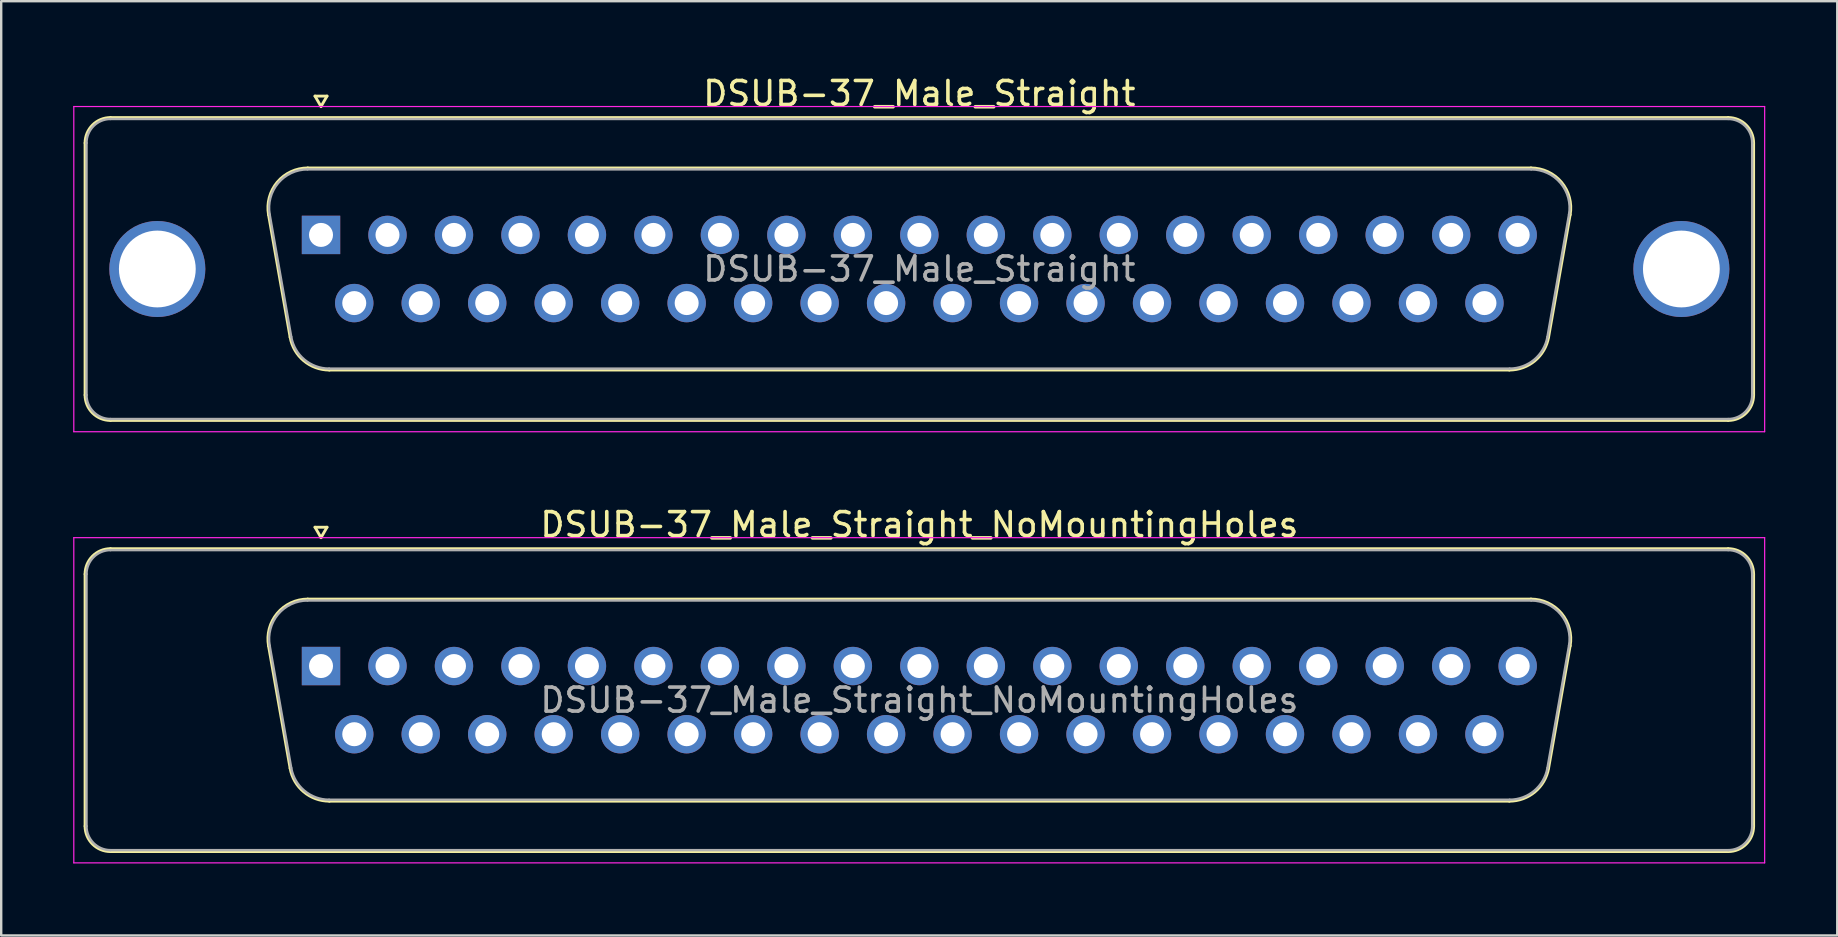
<source format=kicad_pcb>
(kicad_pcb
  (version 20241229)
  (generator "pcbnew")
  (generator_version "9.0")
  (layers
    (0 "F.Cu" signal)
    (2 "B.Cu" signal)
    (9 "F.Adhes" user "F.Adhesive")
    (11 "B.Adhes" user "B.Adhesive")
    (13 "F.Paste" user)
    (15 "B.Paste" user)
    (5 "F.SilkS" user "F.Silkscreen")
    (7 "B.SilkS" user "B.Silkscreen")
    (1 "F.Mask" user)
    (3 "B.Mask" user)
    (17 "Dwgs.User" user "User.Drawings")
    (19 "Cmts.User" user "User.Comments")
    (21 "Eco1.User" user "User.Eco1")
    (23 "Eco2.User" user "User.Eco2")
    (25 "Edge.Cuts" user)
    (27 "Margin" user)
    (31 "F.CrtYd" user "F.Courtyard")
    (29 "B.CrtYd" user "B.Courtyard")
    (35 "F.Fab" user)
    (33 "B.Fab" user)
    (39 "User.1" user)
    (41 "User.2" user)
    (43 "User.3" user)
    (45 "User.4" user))
  (footprint "DSUB-37_Male_Straight"
    (layer "F.Cu")
    (at 10.325 6.738)
    (property "Reference" "DSUB-37_Male_Straight" (at 24.93 -5.89 0) (layer "F.SilkS") (effects (font (size 1 1) (thickness 0.15))))
    (attr through_hole)
    (fp_line (start -9.83 6.67) (end -9.83 -3.83) (stroke (width 0.12) (type solid)) (layer "F.SilkS"))
    (fp_line (start -8.77 -4.89) (end 58.63 -4.89) (stroke (width 0.12) (type solid)) (layer "F.SilkS"))
    (fp_line (start -2.186 -0.842) (end -1.287 4.258) (stroke (width 0.12) (type solid)) (layer "F.SilkS"))
    (fp_line (start -0.552 -2.79) (end 50.412 -2.79) (stroke (width 0.12) (type solid)) (layer "F.SilkS"))
    (fp_line (start -0.25 -5.784) (end 0.25 -5.784) (stroke (width 0.12) (type solid)) (layer "F.SilkS"))
    (fp_line (start 0 -5.351) (end -0.25 -5.784) (stroke (width 0.12) (type solid)) (layer "F.SilkS"))
    (fp_line (start 0.25 -5.784) (end 0 -5.351) (stroke (width 0.12) (type solid)) (layer "F.SilkS"))
    (fp_line (start 0.348 5.63) (end 49.512 5.63) (stroke (width 0.12) (type solid)) (layer "F.SilkS"))
    (fp_line (start 52.046 -0.842) (end 51.147 4.258) (stroke (width 0.12) (type solid)) (layer "F.SilkS"))
    (fp_line (start 58.63 7.73) (end -8.77 7.73) (stroke (width 0.12) (type solid)) (layer "F.SilkS"))
    (fp_line (start 59.69 -3.83) (end 59.69 6.67) (stroke (width 0.12) (type solid)) (layer "F.SilkS"))
    (fp_arc (start -9.83 -3.83) (mid -9.519533 -4.579533) (end -8.77 -4.89) (stroke (width 0.12) (type solid)) (layer "F.SilkS"))
    (fp_arc (start -8.77 7.73) (mid -9.519533 7.419533) (end -9.83 6.67) (stroke (width 0.12) (type solid)) (layer "F.SilkS"))
    (fp_arc (start -2.18647 -0.841744) (mid -1.823323 -2.197028) (end -0.551689 -2.79) (stroke (width 0.12) (type solid)) (layer "F.SilkS"))
    (fp_arc (start 0.347579 5.63) (mid -0.719448 5.241634) (end -1.287202 4.258256) (stroke (width 0.12) (type solid)) (layer "F.SilkS"))
    (fp_arc (start 50.411689 -2.79) (mid 51.683323 -2.197027) (end 52.04647 -0.841744) (stroke (width 0.12) (type solid)) (layer "F.SilkS"))
    (fp_arc (start 51.147202 4.258256) (mid 50.579449 5.241634) (end 49.512421 5.63) (stroke (width 0.12) (type solid)) (layer "F.SilkS"))
    (fp_arc (start 58.63 -4.89) (mid 59.379533 -4.579533) (end 59.69 -3.83) (stroke (width 0.12) (type solid)) (layer "F.SilkS"))
    (fp_arc (start 59.69 6.67) (mid 59.379533 7.419533) (end 58.63 7.73) (stroke (width 0.12) (type solid)) (layer "F.SilkS"))
    (fp_line (start -10.3 -5.35) (end -10.3 8.2) (stroke (width 0.05) (type solid)) (layer "F.CrtYd"))
    (fp_line (start -10.3 8.2) (end 60.15 8.2) (stroke (width 0.05) (type solid)) (layer "F.CrtYd"))
    (fp_line (start 60.15 -5.35) (end -10.3 -5.35) (stroke (width 0.05) (type solid)) (layer "F.CrtYd"))
    (fp_line (start 60.15 8.2) (end 60.15 -5.35) (stroke (width 0.05) (type solid)) (layer "F.CrtYd"))
    (fp_line (start -9.77 6.67) (end -9.77 -3.83) (stroke (width 0.1) (type solid)) (layer "F.Fab"))
    (fp_line (start -8.77 -4.83) (end 58.63 -4.83) (stroke (width 0.1) (type solid)) (layer "F.Fab"))
    (fp_line (start -2.139 -0.852) (end -1.24 4.248) (stroke (width 0.1) (type solid)) (layer "F.Fab"))
    (fp_line (start -0.563 -2.73) (end 50.423 -2.73) (stroke (width 0.1) (type solid)) (layer "F.Fab"))
    (fp_line (start 0.336 5.57) (end 49.524 5.57) (stroke (width 0.1) (type solid)) (layer "F.Fab"))
    (fp_line (start 51.999 -0.852) (end 51.1 4.248) (stroke (width 0.1) (type solid)) (layer "F.Fab"))
    (fp_line (start 58.63 7.67) (end -8.77 7.67) (stroke (width 0.1) (type solid)) (layer "F.Fab"))
    (fp_line (start 59.63 -3.83) (end 59.63 6.67) (stroke (width 0.1) (type solid)) (layer "F.Fab"))
    (fp_arc (start -9.77 -3.83) (mid -9.477107 -4.537107) (end -8.77 -4.83) (stroke (width 0.1) (type solid)) (layer "F.Fab"))
    (fp_arc (start -8.77 7.67) (mid -9.477107 7.377107) (end -9.77 6.67) (stroke (width 0.1) (type solid)) (layer "F.Fab"))
    (fp_arc (start -2.138886 -0.852163) (mid -1.788865 -2.15846) (end -0.563194 -2.73) (stroke (width 0.1) (type solid)) (layer "F.Fab"))
    (fp_arc (start 0.336073 5.57) (mid -0.692387 5.195671) (end -1.239619 4.247837) (stroke (width 0.1) (type solid)) (layer "F.Fab"))
    (fp_arc (start 50.423194 -2.73) (mid 51.648865 -2.15846) (end 51.998886 -0.852163) (stroke (width 0.1) (type solid)) (layer "F.Fab"))
    (fp_arc (start 51.099619 4.247837) (mid 50.552387 5.195671) (end 49.523927 5.57) (stroke (width 0.1) (type solid)) (layer "F.Fab"))
    (fp_arc (start 58.63 -4.83) (mid 59.337107 -4.537107) (end 59.63 -3.83) (stroke (width 0.1) (type solid)) (layer "F.Fab"))
    (fp_arc (start 59.63 6.67) (mid 59.337107 7.377107) (end 58.63 7.67) (stroke (width 0.1) (type solid)) (layer "F.Fab"))
    (fp_text user "${REFERENCE}" (at 24.93 1.42 0) (layer "F.Fab") (effects (font (size 1 1) (thickness 0.15))))
    (pad "0" thru_hole circle (at -6.82 1.42) (size 4 4) (drill 3.2) (layers "*.Cu" "*.Mask"))
    (pad "0" thru_hole circle (at 56.68 1.42) (size 4 4) (drill 3.2) (layers "*.Cu" "*.Mask"))
    (pad "1" thru_hole rect (at 0 0) (size 1.6 1.6) (drill 1) (layers "*.Cu" "*.Mask"))
    (pad "2" thru_hole circle (at 2.77 0) (size 1.6 1.6) (drill 1) (layers "*.Cu" "*.Mask"))
    (pad "3" thru_hole circle (at 5.54 0) (size 1.6 1.6) (drill 1) (layers "*.Cu" "*.Mask"))
    (pad "4" thru_hole circle (at 8.31 0) (size 1.6 1.6) (drill 1) (layers "*.Cu" "*.Mask"))
    (pad "5" thru_hole circle (at 11.08 0) (size 1.6 1.6) (drill 1) (layers "*.Cu" "*.Mask"))
    (pad "6" thru_hole circle (at 13.85 0) (size 1.6 1.6) (drill 1) (layers "*.Cu" "*.Mask"))
    (pad "7" thru_hole circle (at 16.62 0) (size 1.6 1.6) (drill 1) (layers "*.Cu" "*.Mask"))
    (pad "8" thru_hole circle (at 19.39 0) (size 1.6 1.6) (drill 1) (layers "*.Cu" "*.Mask"))
    (pad "9" thru_hole circle (at 22.16 0) (size 1.6 1.6) (drill 1) (layers "*.Cu" "*.Mask"))
    (pad "10" thru_hole circle (at 24.93 0) (size 1.6 1.6) (drill 1) (layers "*.Cu" "*.Mask"))
    (pad "11" thru_hole circle (at 27.7 0) (size 1.6 1.6) (drill 1) (layers "*.Cu" "*.Mask"))
    (pad "12" thru_hole circle (at 30.47 0) (size 1.6 1.6) (drill 1) (layers "*.Cu" "*.Mask"))
    (pad "13" thru_hole circle (at 33.24 0) (size 1.6 1.6) (drill 1) (layers "*.Cu" "*.Mask"))
    (pad "14" thru_hole circle (at 36.01 0) (size 1.6 1.6) (drill 1) (layers "*.Cu" "*.Mask"))
    (pad "15" thru_hole circle (at 38.78 0) (size 1.6 1.6) (drill 1) (layers "*.Cu" "*.Mask"))
    (pad "16" thru_hole circle (at 41.55 0) (size 1.6 1.6) (drill 1) (layers "*.Cu" "*.Mask"))
    (pad "17" thru_hole circle (at 44.32 0) (size 1.6 1.6) (drill 1) (layers "*.Cu" "*.Mask"))
    (pad "18" thru_hole circle (at 47.09 0) (size 1.6 1.6) (drill 1) (layers "*.Cu" "*.Mask"))
    (pad "19" thru_hole circle (at 49.86 0) (size 1.6 1.6) (drill 1) (layers "*.Cu" "*.Mask"))
    (pad "20" thru_hole circle (at 1.385 2.84) (size 1.6 1.6) (drill 1) (layers "*.Cu" "*.Mask"))
    (pad "21" thru_hole circle (at 4.155 2.84) (size 1.6 1.6) (drill 1) (layers "*.Cu" "*.Mask"))
    (pad "22" thru_hole circle (at 6.925 2.84) (size 1.6 1.6) (drill 1) (layers "*.Cu" "*.Mask"))
    (pad "23" thru_hole circle (at 9.695 2.84) (size 1.6 1.6) (drill 1) (layers "*.Cu" "*.Mask"))
    (pad "24" thru_hole circle (at 12.465 2.84) (size 1.6 1.6) (drill 1) (layers "*.Cu" "*.Mask"))
    (pad "25" thru_hole circle (at 15.235 2.84) (size 1.6 1.6) (drill 1) (layers "*.Cu" "*.Mask"))
    (pad "26" thru_hole circle (at 18.005 2.84) (size 1.6 1.6) (drill 1) (layers "*.Cu" "*.Mask"))
    (pad "27" thru_hole circle (at 20.775 2.84) (size 1.6 1.6) (drill 1) (layers "*.Cu" "*.Mask"))
    (pad "28" thru_hole circle (at 23.545 2.84) (size 1.6 1.6) (drill 1) (layers "*.Cu" "*.Mask"))
    (pad "29" thru_hole circle (at 26.315 2.84) (size 1.6 1.6) (drill 1) (layers "*.Cu" "*.Mask"))
    (pad "30" thru_hole circle (at 29.085 2.84) (size 1.6 1.6) (drill 1) (layers "*.Cu" "*.Mask"))
    (pad "31" thru_hole circle (at 31.855 2.84) (size 1.6 1.6) (drill 1) (layers "*.Cu" "*.Mask"))
    (pad "32" thru_hole circle (at 34.625 2.84) (size 1.6 1.6) (drill 1) (layers "*.Cu" "*.Mask"))
    (pad "33" thru_hole circle (at 37.395 2.84) (size 1.6 1.6) (drill 1) (layers "*.Cu" "*.Mask"))
    (pad "34" thru_hole circle (at 40.165 2.84) (size 1.6 1.6) (drill 1) (layers "*.Cu" "*.Mask"))
    (pad "35" thru_hole circle (at 42.935 2.84) (size 1.6 1.6) (drill 1) (layers "*.Cu" "*.Mask"))
    (pad "36" thru_hole circle (at 45.705 2.84) (size 1.6 1.6) (drill 1) (layers "*.Cu" "*.Mask"))
    (pad "37" thru_hole circle (at 48.475 2.84) (size 1.6 1.6) (drill 1) (layers "*.Cu" "*.Mask")))
  (footprint "DSUB-37_Male_Straight_NoMountingHoles"
    (layer "F.Cu")
    (at 10.325 24.701)
    (property "Reference" "DSUB-37_Male_Straight_NoMountingHoles" (at 24.93 -5.89 0) (layer "F.SilkS") (effects (font (size 1 1) (thickness 0.15))))
    (attr through_hole)
    (fp_line (start -9.83 6.67) (end -9.83 -3.83) (stroke (width 0.12) (type solid)) (layer "F.SilkS"))
    (fp_line (start -8.77 -4.89) (end 58.63 -4.89) (stroke (width 0.12) (type solid)) (layer "F.SilkS"))
    (fp_line (start -2.186 -0.842) (end -1.287 4.258) (stroke (width 0.12) (type solid)) (layer "F.SilkS"))
    (fp_line (start -0.552 -2.79) (end 50.412 -2.79) (stroke (width 0.12) (type solid)) (layer "F.SilkS"))
    (fp_line (start -0.25 -5.784) (end 0.25 -5.784) (stroke (width 0.12) (type solid)) (layer "F.SilkS"))
    (fp_line (start 0 -5.351) (end -0.25 -5.784) (stroke (width 0.12) (type solid)) (layer "F.SilkS"))
    (fp_line (start 0.25 -5.784) (end 0 -5.351) (stroke (width 0.12) (type solid)) (layer "F.SilkS"))
    (fp_line (start 0.348 5.63) (end 49.512 5.63) (stroke (width 0.12) (type solid)) (layer "F.SilkS"))
    (fp_line (start 52.046 -0.842) (end 51.147 4.258) (stroke (width 0.12) (type solid)) (layer "F.SilkS"))
    (fp_line (start 58.63 7.73) (end -8.77 7.73) (stroke (width 0.12) (type solid)) (layer "F.SilkS"))
    (fp_line (start 59.69 -3.83) (end 59.69 6.67) (stroke (width 0.12) (type solid)) (layer "F.SilkS"))
    (fp_arc (start -9.83 -3.83) (mid -9.519533 -4.579533) (end -8.77 -4.89) (stroke (width 0.12) (type solid)) (layer "F.SilkS"))
    (fp_arc (start -8.77 7.73) (mid -9.519533 7.419533) (end -9.83 6.67) (stroke (width 0.12) (type solid)) (layer "F.SilkS"))
    (fp_arc (start -2.18647 -0.841744) (mid -1.823323 -2.197028) (end -0.551689 -2.79) (stroke (width 0.12) (type solid)) (layer "F.SilkS"))
    (fp_arc (start 0.347579 5.63) (mid -0.719448 5.241634) (end -1.287202 4.258256) (stroke (width 0.12) (type solid)) (layer "F.SilkS"))
    (fp_arc (start 50.411689 -2.79) (mid 51.683323 -2.197027) (end 52.04647 -0.841744) (stroke (width 0.12) (type solid)) (layer "F.SilkS"))
    (fp_arc (start 51.147202 4.258256) (mid 50.579449 5.241634) (end 49.512421 5.63) (stroke (width 0.12) (type solid)) (layer "F.SilkS"))
    (fp_arc (start 58.63 -4.89) (mid 59.379533 -4.579533) (end 59.69 -3.83) (stroke (width 0.12) (type solid)) (layer "F.SilkS"))
    (fp_arc (start 59.69 6.67) (mid 59.379533 7.419533) (end 58.63 7.73) (stroke (width 0.12) (type solid)) (layer "F.SilkS"))
    (fp_line (start -10.3 -5.35) (end -10.3 8.2) (stroke (width 0.05) (type solid)) (layer "F.CrtYd"))
    (fp_line (start -10.3 8.2) (end 60.15 8.2) (stroke (width 0.05) (type solid)) (layer "F.CrtYd"))
    (fp_line (start 60.15 -5.35) (end -10.3 -5.35) (stroke (width 0.05) (type solid)) (layer "F.CrtYd"))
    (fp_line (start 60.15 8.2) (end 60.15 -5.35) (stroke (width 0.05) (type solid)) (layer "F.CrtYd"))
    (fp_line (start -9.77 6.67) (end -9.77 -3.83) (stroke (width 0.1) (type solid)) (layer "F.Fab"))
    (fp_line (start -8.77 -4.83) (end 58.63 -4.83) (stroke (width 0.1) (type solid)) (layer "F.Fab"))
    (fp_line (start -2.139 -0.852) (end -1.24 4.248) (stroke (width 0.1) (type solid)) (layer "F.Fab"))
    (fp_line (start -0.563 -2.73) (end 50.423 -2.73) (stroke (width 0.1) (type solid)) (layer "F.Fab"))
    (fp_line (start 0.336 5.57) (end 49.524 5.57) (stroke (width 0.1) (type solid)) (layer "F.Fab"))
    (fp_line (start 51.999 -0.852) (end 51.1 4.248) (stroke (width 0.1) (type solid)) (layer "F.Fab"))
    (fp_line (start 58.63 7.67) (end -8.77 7.67) (stroke (width 0.1) (type solid)) (layer "F.Fab"))
    (fp_line (start 59.63 -3.83) (end 59.63 6.67) (stroke (width 0.1) (type solid)) (layer "F.Fab"))
    (fp_arc (start -9.77 -3.83) (mid -9.477107 -4.537107) (end -8.77 -4.83) (stroke (width 0.1) (type solid)) (layer "F.Fab"))
    (fp_arc (start -8.77 7.67) (mid -9.477107 7.377107) (end -9.77 6.67) (stroke (width 0.1) (type solid)) (layer "F.Fab"))
    (fp_arc (start -2.138886 -0.852163) (mid -1.788865 -2.15846) (end -0.563194 -2.73) (stroke (width 0.1) (type solid)) (layer "F.Fab"))
    (fp_arc (start 0.336073 5.57) (mid -0.692387 5.195671) (end -1.239619 4.247837) (stroke (width 0.1) (type solid)) (layer "F.Fab"))
    (fp_arc (start 50.423194 -2.73) (mid 51.648865 -2.15846) (end 51.998886 -0.852163) (stroke (width 0.1) (type solid)) (layer "F.Fab"))
    (fp_arc (start 51.099619 4.247837) (mid 50.552387 5.195671) (end 49.523927 5.57) (stroke (width 0.1) (type solid)) (layer "F.Fab"))
    (fp_arc (start 58.63 -4.83) (mid 59.337107 -4.537107) (end 59.63 -3.83) (stroke (width 0.1) (type solid)) (layer "F.Fab"))
    (fp_arc (start 59.63 6.67) (mid 59.337107 7.377107) (end 58.63 7.67) (stroke (width 0.1) (type solid)) (layer "F.Fab"))
    (fp_text user "${REFERENCE}" (at 24.93 1.42 0) (layer "F.Fab") (effects (font (size 1 1) (thickness 0.15))))
    (pad "1" thru_hole rect (at 0 0) (size 1.6 1.6) (drill 1) (layers "*.Cu" "*.Mask"))
    (pad "2" thru_hole circle (at 2.77 0) (size 1.6 1.6) (drill 1) (layers "*.Cu" "*.Mask"))
    (pad "3" thru_hole circle (at 5.54 0) (size 1.6 1.6) (drill 1) (layers "*.Cu" "*.Mask"))
    (pad "4" thru_hole circle (at 8.31 0) (size 1.6 1.6) (drill 1) (layers "*.Cu" "*.Mask"))
    (pad "5" thru_hole circle (at 11.08 0) (size 1.6 1.6) (drill 1) (layers "*.Cu" "*.Mask"))
    (pad "6" thru_hole circle (at 13.85 0) (size 1.6 1.6) (drill 1) (layers "*.Cu" "*.Mask"))
    (pad "7" thru_hole circle (at 16.62 0) (size 1.6 1.6) (drill 1) (layers "*.Cu" "*.Mask"))
    (pad "8" thru_hole circle (at 19.39 0) (size 1.6 1.6) (drill 1) (layers "*.Cu" "*.Mask"))
    (pad "9" thru_hole circle (at 22.16 0) (size 1.6 1.6) (drill 1) (layers "*.Cu" "*.Mask"))
    (pad "10" thru_hole circle (at 24.93 0) (size 1.6 1.6) (drill 1) (layers "*.Cu" "*.Mask"))
    (pad "11" thru_hole circle (at 27.7 0) (size 1.6 1.6) (drill 1) (layers "*.Cu" "*.Mask"))
    (pad "12" thru_hole circle (at 30.47 0) (size 1.6 1.6) (drill 1) (layers "*.Cu" "*.Mask"))
    (pad "13" thru_hole circle (at 33.24 0) (size 1.6 1.6) (drill 1) (layers "*.Cu" "*.Mask"))
    (pad "14" thru_hole circle (at 36.01 0) (size 1.6 1.6) (drill 1) (layers "*.Cu" "*.Mask"))
    (pad "15" thru_hole circle (at 38.78 0) (size 1.6 1.6) (drill 1) (layers "*.Cu" "*.Mask"))
    (pad "16" thru_hole circle (at 41.55 0) (size 1.6 1.6) (drill 1) (layers "*.Cu" "*.Mask"))
    (pad "17" thru_hole circle (at 44.32 0) (size 1.6 1.6) (drill 1) (layers "*.Cu" "*.Mask"))
    (pad "18" thru_hole circle (at 47.09 0) (size 1.6 1.6) (drill 1) (layers "*.Cu" "*.Mask"))
    (pad "19" thru_hole circle (at 49.86 0) (size 1.6 1.6) (drill 1) (layers "*.Cu" "*.Mask"))
    (pad "20" thru_hole circle (at 1.385 2.84) (size 1.6 1.6) (drill 1) (layers "*.Cu" "*.Mask"))
    (pad "21" thru_hole circle (at 4.155 2.84) (size 1.6 1.6) (drill 1) (layers "*.Cu" "*.Mask"))
    (pad "22" thru_hole circle (at 6.925 2.84) (size 1.6 1.6) (drill 1) (layers "*.Cu" "*.Mask"))
    (pad "23" thru_hole circle (at 9.695 2.84) (size 1.6 1.6) (drill 1) (layers "*.Cu" "*.Mask"))
    (pad "24" thru_hole circle (at 12.465 2.84) (size 1.6 1.6) (drill 1) (layers "*.Cu" "*.Mask"))
    (pad "25" thru_hole circle (at 15.235 2.84) (size 1.6 1.6) (drill 1) (layers "*.Cu" "*.Mask"))
    (pad "26" thru_hole circle (at 18.005 2.84) (size 1.6 1.6) (drill 1) (layers "*.Cu" "*.Mask"))
    (pad "27" thru_hole circle (at 20.775 2.84) (size 1.6 1.6) (drill 1) (layers "*.Cu" "*.Mask"))
    (pad "28" thru_hole circle (at 23.545 2.84) (size 1.6 1.6) (drill 1) (layers "*.Cu" "*.Mask"))
    (pad "29" thru_hole circle (at 26.315 2.84) (size 1.6 1.6) (drill 1) (layers "*.Cu" "*.Mask"))
    (pad "30" thru_hole circle (at 29.085 2.84) (size 1.6 1.6) (drill 1) (layers "*.Cu" "*.Mask"))
    (pad "31" thru_hole circle (at 31.855 2.84) (size 1.6 1.6) (drill 1) (layers "*.Cu" "*.Mask"))
    (pad "32" thru_hole circle (at 34.625 2.84) (size 1.6 1.6) (drill 1) (layers "*.Cu" "*.Mask"))
    (pad "33" thru_hole circle (at 37.395 2.84) (size 1.6 1.6) (drill 1) (layers "*.Cu" "*.Mask"))
    (pad "34" thru_hole circle (at 40.165 2.84) (size 1.6 1.6) (drill 1) (layers "*.Cu" "*.Mask"))
    (pad "35" thru_hole circle (at 42.935 2.84) (size 1.6 1.6) (drill 1) (layers "*.Cu" "*.Mask"))
    (pad "36" thru_hole circle (at 45.705 2.84) (size 1.6 1.6) (drill 1) (layers "*.Cu" "*.Mask"))
    (pad "37" thru_hole circle (at 48.475 2.84) (size 1.6 1.6) (drill 1) (layers "*.Cu" "*.Mask")))
  (gr_rect
    (start -3 -3)
    (end 73.5 35.926)
    (stroke (width 0.1) (type default))
    (fill no)
    (layer "Edge.Cuts")))
</source>
